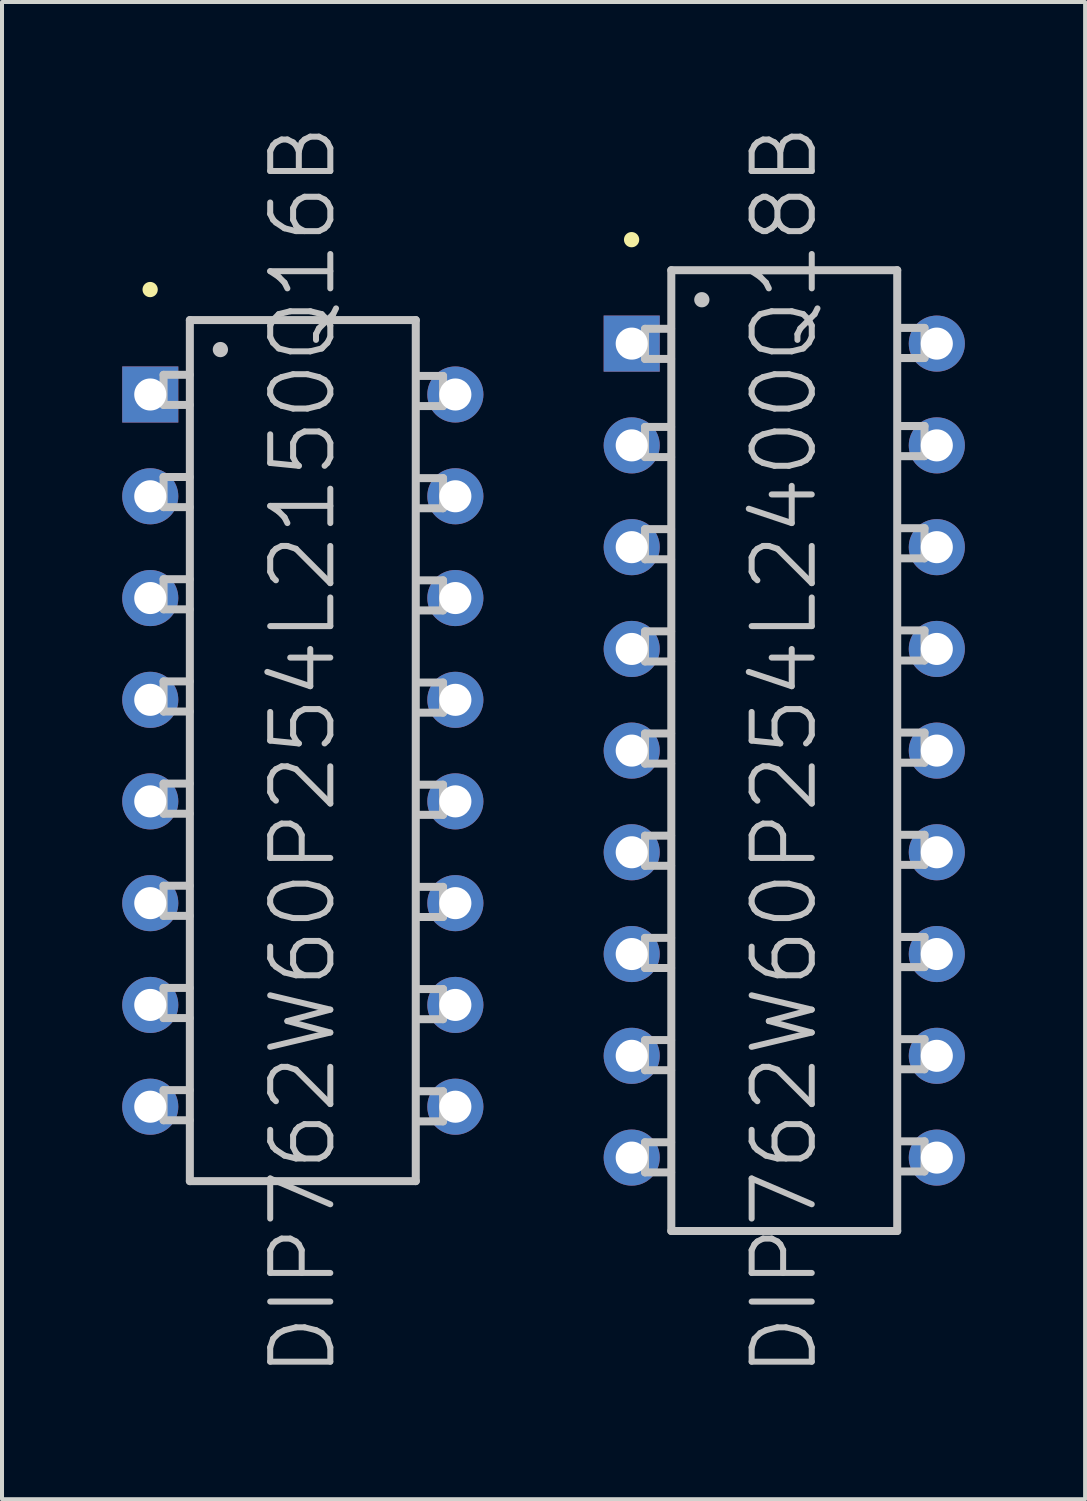
<source format=kicad_pcb>
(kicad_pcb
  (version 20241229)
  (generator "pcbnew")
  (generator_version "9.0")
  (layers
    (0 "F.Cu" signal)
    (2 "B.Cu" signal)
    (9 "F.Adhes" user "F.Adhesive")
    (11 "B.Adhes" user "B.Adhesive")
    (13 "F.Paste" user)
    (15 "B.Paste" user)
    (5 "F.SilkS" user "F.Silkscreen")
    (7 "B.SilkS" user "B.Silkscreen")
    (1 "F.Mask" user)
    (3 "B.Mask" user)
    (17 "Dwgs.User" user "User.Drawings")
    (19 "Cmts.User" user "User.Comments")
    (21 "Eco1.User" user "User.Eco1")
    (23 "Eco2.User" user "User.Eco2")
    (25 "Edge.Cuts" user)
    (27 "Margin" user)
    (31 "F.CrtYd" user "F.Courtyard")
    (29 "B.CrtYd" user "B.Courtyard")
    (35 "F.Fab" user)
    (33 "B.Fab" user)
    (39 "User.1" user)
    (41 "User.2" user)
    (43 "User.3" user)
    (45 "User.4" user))
  (footprint "DIP762W60P254L2400Q18B"
    (layer "F.Cu")
    (at 16.522 15.682)
    (property "Reference" "DIP762W60P254L2400Q18B" (at 0 0 90) (layer "Dwgs.User") (effects (font (size 1.5 1.5) (thickness 0.15))))
    (attr through_hole)
    (fp_line (start -3.81 -12.751) (end -3.81 -12.751) (stroke (width 0.381) (type solid)) (layer "F.SilkS"))
    (fp_line (start -3.475 -10.526) (end -2.824 -10.526) (stroke (width 0.2) (type solid)) (layer "Dwgs.User"))
    (fp_line (start -3.475 -9.774) (end -3.475 -10.526) (stroke (width 0.2) (type solid)) (layer "Dwgs.User"))
    (fp_line (start -3.475 -9.774) (end -2.824 -9.774) (stroke (width 0.2) (type solid)) (layer "Dwgs.User"))
    (fp_line (start -3.475 -8.077) (end -2.824 -8.077) (stroke (width 0.2) (type solid)) (layer "Dwgs.User"))
    (fp_line (start -3.475 -7.325) (end -3.475 -8.077) (stroke (width 0.2) (type solid)) (layer "Dwgs.User"))
    (fp_line (start -3.475 -7.325) (end -2.824 -7.325) (stroke (width 0.2) (type solid)) (layer "Dwgs.User"))
    (fp_line (start -3.475 -5.527) (end -2.824 -5.527) (stroke (width 0.2) (type solid)) (layer "Dwgs.User"))
    (fp_line (start -3.475 -4.775) (end -3.475 -5.527) (stroke (width 0.2) (type solid)) (layer "Dwgs.User"))
    (fp_line (start -3.475 -4.775) (end -2.824 -4.775) (stroke (width 0.2) (type solid)) (layer "Dwgs.User"))
    (fp_line (start -3.475 -2.977) (end -2.824 -2.977) (stroke (width 0.2) (type solid)) (layer "Dwgs.User"))
    (fp_line (start -3.475 -2.225) (end -3.475 -2.977) (stroke (width 0.2) (type solid)) (layer "Dwgs.User"))
    (fp_line (start -3.475 -2.225) (end -2.824 -2.225) (stroke (width 0.2) (type solid)) (layer "Dwgs.User"))
    (fp_line (start -3.475 -0.427) (end -2.824 -0.427) (stroke (width 0.2) (type solid)) (layer "Dwgs.User"))
    (fp_line (start -3.475 0.325) (end -3.475 -0.427) (stroke (width 0.2) (type solid)) (layer "Dwgs.User"))
    (fp_line (start -3.475 0.325) (end -2.824 0.325) (stroke (width 0.2) (type solid)) (layer "Dwgs.User"))
    (fp_line (start -3.475 2.123) (end -2.824 2.123) (stroke (width 0.2) (type solid)) (layer "Dwgs.User"))
    (fp_line (start -3.475 2.875) (end -3.475 2.123) (stroke (width 0.2) (type solid)) (layer "Dwgs.User"))
    (fp_line (start -3.475 2.875) (end -2.824 2.875) (stroke (width 0.2) (type solid)) (layer "Dwgs.User"))
    (fp_line (start -3.475 4.674) (end -2.824 4.674) (stroke (width 0.2) (type solid)) (layer "Dwgs.User"))
    (fp_line (start -3.475 5.425) (end -3.475 4.674) (stroke (width 0.2) (type solid)) (layer "Dwgs.User"))
    (fp_line (start -3.475 5.425) (end -2.824 5.425) (stroke (width 0.2) (type solid)) (layer "Dwgs.User"))
    (fp_line (start -3.475 7.224) (end -2.824 7.224) (stroke (width 0.2) (type solid)) (layer "Dwgs.User"))
    (fp_line (start -3.475 7.976) (end -3.475 7.224) (stroke (width 0.2) (type solid)) (layer "Dwgs.User"))
    (fp_line (start -3.475 7.976) (end -2.824 7.976) (stroke (width 0.2) (type solid)) (layer "Dwgs.User"))
    (fp_line (start -3.475 9.774) (end -2.824 9.774) (stroke (width 0.2) (type solid)) (layer "Dwgs.User"))
    (fp_line (start -3.475 10.526) (end -3.475 9.774) (stroke (width 0.2) (type solid)) (layer "Dwgs.User"))
    (fp_line (start -3.475 10.526) (end -2.824 10.526) (stroke (width 0.2) (type solid)) (layer "Dwgs.User"))
    (fp_line (start -2.819 -11.989) (end -2.819 11.989) (stroke (width 0.2) (type solid)) (layer "Dwgs.User"))
    (fp_line (start -2.819 -11.989) (end 2.819 -11.989) (stroke (width 0.2) (type solid)) (layer "Dwgs.User"))
    (fp_line (start -2.819 11.989) (end 2.819 11.989) (stroke (width 0.2) (type solid)) (layer "Dwgs.User"))
    (fp_line (start -2.057 -11.252) (end -2.057 -11.252) (stroke (width 0.381) (type solid)) (layer "Dwgs.User"))
    (fp_line (start 2.819 -11.989) (end 2.819 11.989) (stroke (width 0.2) (type solid)) (layer "Dwgs.User"))
    (fp_line (start 3.5 -10.549) (end 2.85 -10.549) (stroke (width 0.2) (type solid)) (layer "Dwgs.User"))
    (fp_line (start 3.5 -10.549) (end 3.5 -9.797) (stroke (width 0.2) (type solid)) (layer "Dwgs.User"))
    (fp_line (start 3.5 -9.797) (end 2.85 -9.797) (stroke (width 0.2) (type solid)) (layer "Dwgs.User"))
    (fp_line (start 3.5 -8.1) (end 2.85 -8.1) (stroke (width 0.2) (type solid)) (layer "Dwgs.User"))
    (fp_line (start 3.5 -8.1) (end 3.5 -7.348) (stroke (width 0.2) (type solid)) (layer "Dwgs.User"))
    (fp_line (start 3.5 -7.348) (end 2.85 -7.348) (stroke (width 0.2) (type solid)) (layer "Dwgs.User"))
    (fp_line (start 3.5 -5.55) (end 2.85 -5.55) (stroke (width 0.2) (type solid)) (layer "Dwgs.User"))
    (fp_line (start 3.5 -5.55) (end 3.5 -4.798) (stroke (width 0.2) (type solid)) (layer "Dwgs.User"))
    (fp_line (start 3.5 -4.798) (end 2.85 -4.798) (stroke (width 0.2) (type solid)) (layer "Dwgs.User"))
    (fp_line (start 3.5 -3) (end 2.85 -3) (stroke (width 0.2) (type solid)) (layer "Dwgs.User"))
    (fp_line (start 3.5 -3) (end 3.5 -2.248) (stroke (width 0.2) (type solid)) (layer "Dwgs.User"))
    (fp_line (start 3.5 -2.248) (end 2.85 -2.248) (stroke (width 0.2) (type solid)) (layer "Dwgs.User"))
    (fp_line (start 3.5 -0.45) (end 2.85 -0.45) (stroke (width 0.2) (type solid)) (layer "Dwgs.User"))
    (fp_line (start 3.5 -0.45) (end 3.5 0.302) (stroke (width 0.2) (type solid)) (layer "Dwgs.User"))
    (fp_line (start 3.5 0.302) (end 2.85 0.302) (stroke (width 0.2) (type solid)) (layer "Dwgs.User"))
    (fp_line (start 3.5 2.101) (end 2.85 2.101) (stroke (width 0.2) (type solid)) (layer "Dwgs.User"))
    (fp_line (start 3.5 2.101) (end 3.5 2.852) (stroke (width 0.2) (type solid)) (layer "Dwgs.User"))
    (fp_line (start 3.5 2.852) (end 2.85 2.852) (stroke (width 0.2) (type solid)) (layer "Dwgs.User"))
    (fp_line (start 3.5 4.651) (end 2.85 4.651) (stroke (width 0.2) (type solid)) (layer "Dwgs.User"))
    (fp_line (start 3.5 4.651) (end 3.5 5.403) (stroke (width 0.2) (type solid)) (layer "Dwgs.User"))
    (fp_line (start 3.5 5.403) (end 2.85 5.403) (stroke (width 0.2) (type solid)) (layer "Dwgs.User"))
    (fp_line (start 3.5 7.201) (end 2.85 7.201) (stroke (width 0.2) (type solid)) (layer "Dwgs.User"))
    (fp_line (start 3.5 7.201) (end 3.5 7.953) (stroke (width 0.2) (type solid)) (layer "Dwgs.User"))
    (fp_line (start 3.5 7.953) (end 2.85 7.953) (stroke (width 0.2) (type solid)) (layer "Dwgs.User"))
    (fp_line (start 3.5 9.751) (end 2.85 9.751) (stroke (width 0.2) (type solid)) (layer "Dwgs.User"))
    (fp_line (start 3.5 9.751) (end 3.5 10.503) (stroke (width 0.2) (type solid)) (layer "Dwgs.User"))
    (fp_line (start 3.5 10.503) (end 2.85 10.503) (stroke (width 0.2) (type solid)) (layer "Dwgs.User"))
    (pad "1" thru_hole rect (at -3.807 -10.157 180) (size 1.4 1.4) (drill 0.8) (layers "*.Cu" "*.Mask"))
    (pad "2" thru_hole circle (at -3.807 -7.617 180) (size 1.4 1.4) (drill 0.8) (layers "*.Cu" "*.Mask"))
    (pad "3" thru_hole circle (at -3.807 -5.077 180) (size 1.4 1.4) (drill 0.8) (layers "*.Cu" "*.Mask"))
    (pad "4" thru_hole circle (at -3.807 -2.537 180) (size 1.4 1.4) (drill 0.8) (layers "*.Cu" "*.Mask"))
    (pad "5" thru_hole circle (at -3.807 0 180) (size 1.4 1.4) (drill 0.8) (layers "*.Cu" "*.Mask"))
    (pad "6" thru_hole circle (at -3.807 2.537 180) (size 1.4 1.4) (drill 0.8) (layers "*.Cu" "*.Mask"))
    (pad "7" thru_hole circle (at -3.807 5.077 180) (size 1.4 1.4) (drill 0.8) (layers "*.Cu" "*.Mask"))
    (pad "8" thru_hole circle (at -3.807 7.617 180) (size 1.4 1.4) (drill 0.8) (layers "*.Cu" "*.Mask"))
    (pad "9" thru_hole circle (at -3.807 10.157 180) (size 1.4 1.4) (drill 0.8) (layers "*.Cu" "*.Mask"))
    (pad "10" thru_hole circle (at 3.807 10.157 180) (size 1.4 1.4) (drill 0.8) (layers "*.Cu" "*.Mask"))
    (pad "11" thru_hole circle (at 3.807 7.617 180) (size 1.4 1.4) (drill 0.8) (layers "*.Cu" "*.Mask"))
    (pad "12" thru_hole circle (at 3.807 5.077 180) (size 1.4 1.4) (drill 0.8) (layers "*.Cu" "*.Mask"))
    (pad "13" thru_hole circle (at 3.807 2.537 180) (size 1.4 1.4) (drill 0.8) (layers "*.Cu" "*.Mask"))
    (pad "14" thru_hole circle (at 3.807 0 180) (size 1.4 1.4) (drill 0.8) (layers "*.Cu" "*.Mask"))
    (pad "15" thru_hole circle (at 3.807 -2.537 180) (size 1.4 1.4) (drill 0.8) (layers "*.Cu" "*.Mask"))
    (pad "16" thru_hole circle (at 3.807 -5.077 180) (size 1.4 1.4) (drill 0.8) (layers "*.Cu" "*.Mask"))
    (pad "17" thru_hole circle (at 3.807 -7.617 180) (size 1.4 1.4) (drill 0.8) (layers "*.Cu" "*.Mask"))
    (pad "18" thru_hole circle (at 3.807 -10.157 180) (size 1.4 1.4) (drill 0.8) (layers "*.Cu" "*.Mask")))
  (footprint "DIP762W60P254L2150Q16B"
    (layer "F.Cu")
    (at 4.507 15.682)
    (property "Reference" "DIP762W60P254L2150Q16B" (at 0 0 90) (layer "Dwgs.User") (effects (font (size 1.5 1.5) (thickness 0.15))))
    (attr through_hole)
    (fp_line (start -3.81 -11.506) (end -3.81 -11.506) (stroke (width 0.381) (type solid)) (layer "F.SilkS"))
    (fp_line (start -3.475 -9.378) (end -2.824 -9.378) (stroke (width 0.2) (type solid)) (layer "Dwgs.User"))
    (fp_line (start -3.475 -8.626) (end -3.475 -9.378) (stroke (width 0.2) (type solid)) (layer "Dwgs.User"))
    (fp_line (start -3.475 -8.626) (end -2.824 -8.626) (stroke (width 0.2) (type solid)) (layer "Dwgs.User"))
    (fp_line (start -3.475 -6.828) (end -2.824 -6.828) (stroke (width 0.2) (type solid)) (layer "Dwgs.User"))
    (fp_line (start -3.475 -6.076) (end -3.475 -6.828) (stroke (width 0.2) (type solid)) (layer "Dwgs.User"))
    (fp_line (start -3.475 -6.076) (end -2.824 -6.076) (stroke (width 0.2) (type solid)) (layer "Dwgs.User"))
    (fp_line (start -3.475 -4.277) (end -2.824 -4.277) (stroke (width 0.2) (type solid)) (layer "Dwgs.User"))
    (fp_line (start -3.475 -3.526) (end -3.475 -4.277) (stroke (width 0.2) (type solid)) (layer "Dwgs.User"))
    (fp_line (start -3.475 -3.526) (end -2.824 -3.526) (stroke (width 0.2) (type solid)) (layer "Dwgs.User"))
    (fp_line (start -3.475 -1.727) (end -2.824 -1.727) (stroke (width 0.2) (type solid)) (layer "Dwgs.User"))
    (fp_line (start -3.475 -0.975) (end -3.475 -1.727) (stroke (width 0.2) (type solid)) (layer "Dwgs.User"))
    (fp_line (start -3.475 -0.975) (end -2.824 -0.975) (stroke (width 0.2) (type solid)) (layer "Dwgs.User"))
    (fp_line (start -3.475 0.823) (end -2.824 0.823) (stroke (width 0.2) (type solid)) (layer "Dwgs.User"))
    (fp_line (start -3.475 1.575) (end -3.475 0.823) (stroke (width 0.2) (type solid)) (layer "Dwgs.User"))
    (fp_line (start -3.475 1.575) (end -2.824 1.575) (stroke (width 0.2) (type solid)) (layer "Dwgs.User"))
    (fp_line (start -3.475 3.373) (end -2.824 3.373) (stroke (width 0.2) (type solid)) (layer "Dwgs.User"))
    (fp_line (start -3.475 4.125) (end -3.475 3.373) (stroke (width 0.2) (type solid)) (layer "Dwgs.User"))
    (fp_line (start -3.475 4.125) (end -2.824 4.125) (stroke (width 0.2) (type solid)) (layer "Dwgs.User"))
    (fp_line (start -3.475 5.923) (end -2.824 5.923) (stroke (width 0.2) (type solid)) (layer "Dwgs.User"))
    (fp_line (start -3.475 6.675) (end -3.475 5.923) (stroke (width 0.2) (type solid)) (layer "Dwgs.User"))
    (fp_line (start -3.475 6.675) (end -2.824 6.675) (stroke (width 0.2) (type solid)) (layer "Dwgs.User"))
    (fp_line (start -3.475 8.473) (end -2.824 8.473) (stroke (width 0.2) (type solid)) (layer "Dwgs.User"))
    (fp_line (start -3.475 9.225) (end -3.475 8.473) (stroke (width 0.2) (type solid)) (layer "Dwgs.User"))
    (fp_line (start -3.475 9.225) (end -2.824 9.225) (stroke (width 0.2) (type solid)) (layer "Dwgs.User"))
    (fp_line (start -2.819 -10.744) (end -2.819 10.744) (stroke (width 0.2) (type solid)) (layer "Dwgs.User"))
    (fp_line (start -2.819 -10.744) (end 2.819 -10.744) (stroke (width 0.2) (type solid)) (layer "Dwgs.User"))
    (fp_line (start -2.819 10.744) (end 2.819 10.744) (stroke (width 0.2) (type solid)) (layer "Dwgs.User"))
    (fp_line (start -2.057 -10.008) (end -2.057 -10.008) (stroke (width 0.381) (type solid)) (layer "Dwgs.User"))
    (fp_line (start 2.819 -10.744) (end 2.819 10.744) (stroke (width 0.2) (type solid)) (layer "Dwgs.User"))
    (fp_line (start 3.5 -9.35) (end 2.85 -9.35) (stroke (width 0.2) (type solid)) (layer "Dwgs.User"))
    (fp_line (start 3.5 -9.35) (end 3.5 -8.598) (stroke (width 0.2) (type solid)) (layer "Dwgs.User"))
    (fp_line (start 3.5 -8.598) (end 2.85 -8.598) (stroke (width 0.2) (type solid)) (layer "Dwgs.User"))
    (fp_line (start 3.5 -6.8) (end 2.85 -6.8) (stroke (width 0.2) (type solid)) (layer "Dwgs.User"))
    (fp_line (start 3.5 -6.8) (end 3.5 -6.048) (stroke (width 0.2) (type solid)) (layer "Dwgs.User"))
    (fp_line (start 3.5 -6.048) (end 2.85 -6.048) (stroke (width 0.2) (type solid)) (layer "Dwgs.User"))
    (fp_line (start 3.5 -4.249) (end 2.85 -4.249) (stroke (width 0.2) (type solid)) (layer "Dwgs.User"))
    (fp_line (start 3.5 -4.249) (end 3.5 -3.498) (stroke (width 0.2) (type solid)) (layer "Dwgs.User"))
    (fp_line (start 3.5 -3.498) (end 2.85 -3.498) (stroke (width 0.2) (type solid)) (layer "Dwgs.User"))
    (fp_line (start 3.5 -1.699) (end 2.85 -1.699) (stroke (width 0.2) (type solid)) (layer "Dwgs.User"))
    (fp_line (start 3.5 -1.699) (end 3.5 -0.947) (stroke (width 0.2) (type solid)) (layer "Dwgs.User"))
    (fp_line (start 3.5 -0.947) (end 2.85 -0.947) (stroke (width 0.2) (type solid)) (layer "Dwgs.User"))
    (fp_line (start 3.5 0.851) (end 2.85 0.851) (stroke (width 0.2) (type solid)) (layer "Dwgs.User"))
    (fp_line (start 3.5 0.851) (end 3.5 1.603) (stroke (width 0.2) (type solid)) (layer "Dwgs.User"))
    (fp_line (start 3.5 1.603) (end 2.85 1.603) (stroke (width 0.2) (type solid)) (layer "Dwgs.User"))
    (fp_line (start 3.5 3.401) (end 2.85 3.401) (stroke (width 0.2) (type solid)) (layer "Dwgs.User"))
    (fp_line (start 3.5 3.401) (end 3.5 4.153) (stroke (width 0.2) (type solid)) (layer "Dwgs.User"))
    (fp_line (start 3.5 4.153) (end 2.85 4.153) (stroke (width 0.2) (type solid)) (layer "Dwgs.User"))
    (fp_line (start 3.5 5.951) (end 2.85 5.951) (stroke (width 0.2) (type solid)) (layer "Dwgs.User"))
    (fp_line (start 3.5 5.951) (end 3.5 6.703) (stroke (width 0.2) (type solid)) (layer "Dwgs.User"))
    (fp_line (start 3.5 6.703) (end 2.85 6.703) (stroke (width 0.2) (type solid)) (layer "Dwgs.User"))
    (fp_line (start 3.5 8.501) (end 2.85 8.501) (stroke (width 0.2) (type solid)) (layer "Dwgs.User"))
    (fp_line (start 3.5 8.501) (end 3.5 9.253) (stroke (width 0.2) (type solid)) (layer "Dwgs.User"))
    (fp_line (start 3.5 9.253) (end 2.85 9.253) (stroke (width 0.2) (type solid)) (layer "Dwgs.User"))
    (pad "1" thru_hole rect (at -3.807 -8.887 180) (size 1.4 1.4) (drill 0.8) (layers "*.Cu" "*.Mask"))
    (pad "2" thru_hole circle (at -3.807 -6.347 180) (size 1.4 1.4) (drill 0.8) (layers "*.Cu" "*.Mask"))
    (pad "3" thru_hole circle (at -3.807 -3.807 180) (size 1.4 1.4) (drill 0.8) (layers "*.Cu" "*.Mask"))
    (pad "4" thru_hole circle (at -3.807 -1.267 180) (size 1.4 1.4) (drill 0.8) (layers "*.Cu" "*.Mask"))
    (pad "5" thru_hole circle (at -3.807 1.267 180) (size 1.4 1.4) (drill 0.8) (layers "*.Cu" "*.Mask"))
    (pad "6" thru_hole circle (at -3.807 3.807 180) (size 1.4 1.4) (drill 0.8) (layers "*.Cu" "*.Mask"))
    (pad "7" thru_hole circle (at -3.807 6.347 180) (size 1.4 1.4) (drill 0.8) (layers "*.Cu" "*.Mask"))
    (pad "8" thru_hole circle (at -3.807 8.887 180) (size 1.4 1.4) (drill 0.8) (layers "*.Cu" "*.Mask"))
    (pad "9" thru_hole circle (at 3.807 8.887 180) (size 1.4 1.4) (drill 0.8) (layers "*.Cu" "*.Mask"))
    (pad "10" thru_hole circle (at 3.807 6.347 180) (size 1.4 1.4) (drill 0.8) (layers "*.Cu" "*.Mask"))
    (pad "11" thru_hole circle (at 3.807 3.807 180) (size 1.4 1.4) (drill 0.8) (layers "*.Cu" "*.Mask"))
    (pad "12" thru_hole circle (at 3.807 1.267 180) (size 1.4 1.4) (drill 0.8) (layers "*.Cu" "*.Mask"))
    (pad "13" thru_hole circle (at 3.807 -1.267 180) (size 1.4 1.4) (drill 0.8) (layers "*.Cu" "*.Mask"))
    (pad "14" thru_hole circle (at 3.807 -3.807 180) (size 1.4 1.4) (drill 0.8) (layers "*.Cu" "*.Mask"))
    (pad "15" thru_hole circle (at 3.807 -6.347 180) (size 1.4 1.4) (drill 0.8) (layers "*.Cu" "*.Mask"))
    (pad "16" thru_hole circle (at 3.807 -8.887 180) (size 1.4 1.4) (drill 0.8) (layers "*.Cu" "*.Mask")))
  (gr_rect
    (start -3 -3)
    (end 24.03 34.364)
    (stroke (width 0.1) (type default))
    (fill no)
    (layer "Edge.Cuts")))
</source>
